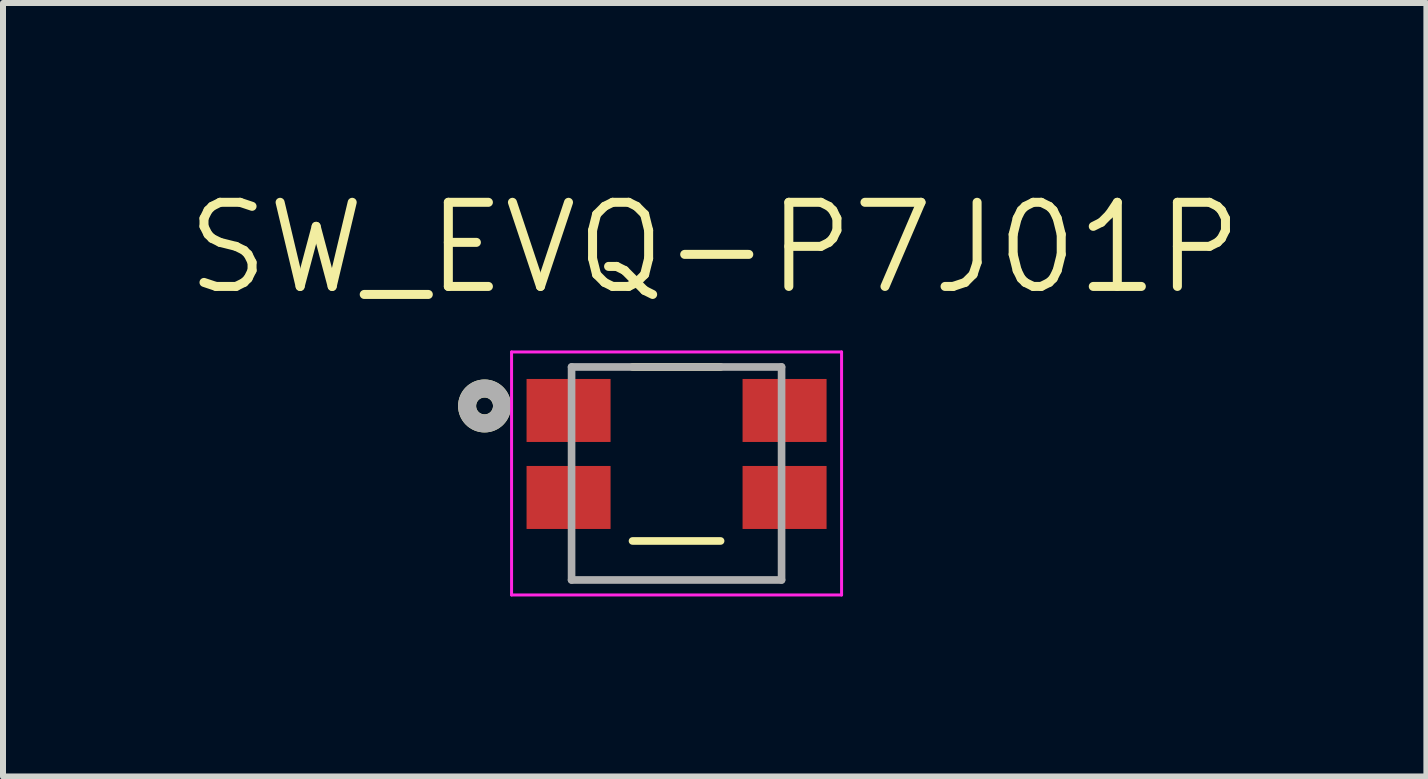
<source format=kicad_pcb>
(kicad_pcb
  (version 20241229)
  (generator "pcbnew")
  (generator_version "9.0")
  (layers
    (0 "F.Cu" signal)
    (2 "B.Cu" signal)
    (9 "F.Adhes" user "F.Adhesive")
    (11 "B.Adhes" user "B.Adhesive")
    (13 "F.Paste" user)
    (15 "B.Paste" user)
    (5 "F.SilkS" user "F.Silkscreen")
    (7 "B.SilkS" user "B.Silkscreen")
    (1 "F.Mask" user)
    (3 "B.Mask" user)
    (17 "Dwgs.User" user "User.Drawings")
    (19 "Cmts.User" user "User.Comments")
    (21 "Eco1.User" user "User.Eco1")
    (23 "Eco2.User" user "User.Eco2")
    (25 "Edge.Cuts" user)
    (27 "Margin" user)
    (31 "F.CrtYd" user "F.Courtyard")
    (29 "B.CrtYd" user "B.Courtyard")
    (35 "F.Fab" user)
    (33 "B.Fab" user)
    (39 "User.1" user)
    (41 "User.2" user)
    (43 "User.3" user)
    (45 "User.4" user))
  (footprint "SW_EVQ-P7J01P"
    (layer "F.Cu")
    (at 8.226 4.516)
    (property "Reference" "SW_EVQ-P7J01P" (at 0.636 -3.433 0) (layer "F.SilkS") (effects (font (size 1.402 1.402) (thickness 0.15))))
    (attr through_hole)
    (fp_line (start -0.734 -1.45) (end 0.734 -1.45) (stroke (width 0.127) (type solid)) (layer "F.SilkS"))
    (fp_line (start 0.734 1.45) (end -0.734 1.45) (stroke (width 0.127) (type solid)) (layer "F.SilkS"))
    (fp_circle (center -3.2 -0.8) (end -3.059 -0.8) (stroke (width 0.3) (type solid)) (fill no) (layer "F.SilkS"))
    (fp_line (start -2.75 -1.7) (end 2.75 -1.7) (stroke (width 0.05) (type solid)) (layer "F.CrtYd"))
    (fp_line (start -2.75 2.35) (end -2.75 -1.7) (stroke (width 0.05) (type solid)) (layer "F.CrtYd"))
    (fp_line (start 2.75 -1.7) (end 2.75 2.35) (stroke (width 0.05) (type solid)) (layer "F.CrtYd"))
    (fp_line (start 2.75 2.35) (end -2.75 2.35) (stroke (width 0.05) (type solid)) (layer "F.CrtYd"))
    (fp_line (start -1.75 -1.45) (end 1.75 -1.45) (stroke (width 0.127) (type solid)) (layer "F.Fab"))
    (fp_line (start -1.75 2.1) (end -1.75 -1.45) (stroke (width 0.127) (type solid)) (layer "F.Fab"))
    (fp_line (start 1.75 -1.45) (end 1.75 2.1) (stroke (width 0.127) (type solid)) (layer "F.Fab"))
    (fp_line (start 1.75 2.1) (end -1.75 2.1) (stroke (width 0.127) (type solid)) (layer "F.Fab"))
    (fp_circle (center -3.2 -0.8) (end -3.059 -0.8) (stroke (width 0.3) (type solid)) (fill no) (layer "F.Fab"))
    (pad "1" smd rect (at -1.8 -0.725) (size 1.4 1.05) (layers "F.Cu" "F.Mask" "F.Paste"))
    (pad "1" smd rect (at 1.8 -0.725) (size 1.4 1.05) (layers "F.Cu" "F.Mask" "F.Paste"))
    (pad "2" smd rect (at -1.8 0.725) (size 1.4 1.05) (layers "F.Cu" "F.Mask" "F.Paste"))
    (pad "2" smd rect (at 1.8 0.725) (size 1.4 1.05) (layers "F.Cu" "F.Mask" "F.Paste")))
  (gr_rect
    (start -3 -3)
    (end 20.723 9.891)
    (stroke (width 0.1) (type default))
    (fill no)
    (layer "Edge.Cuts")))
</source>
